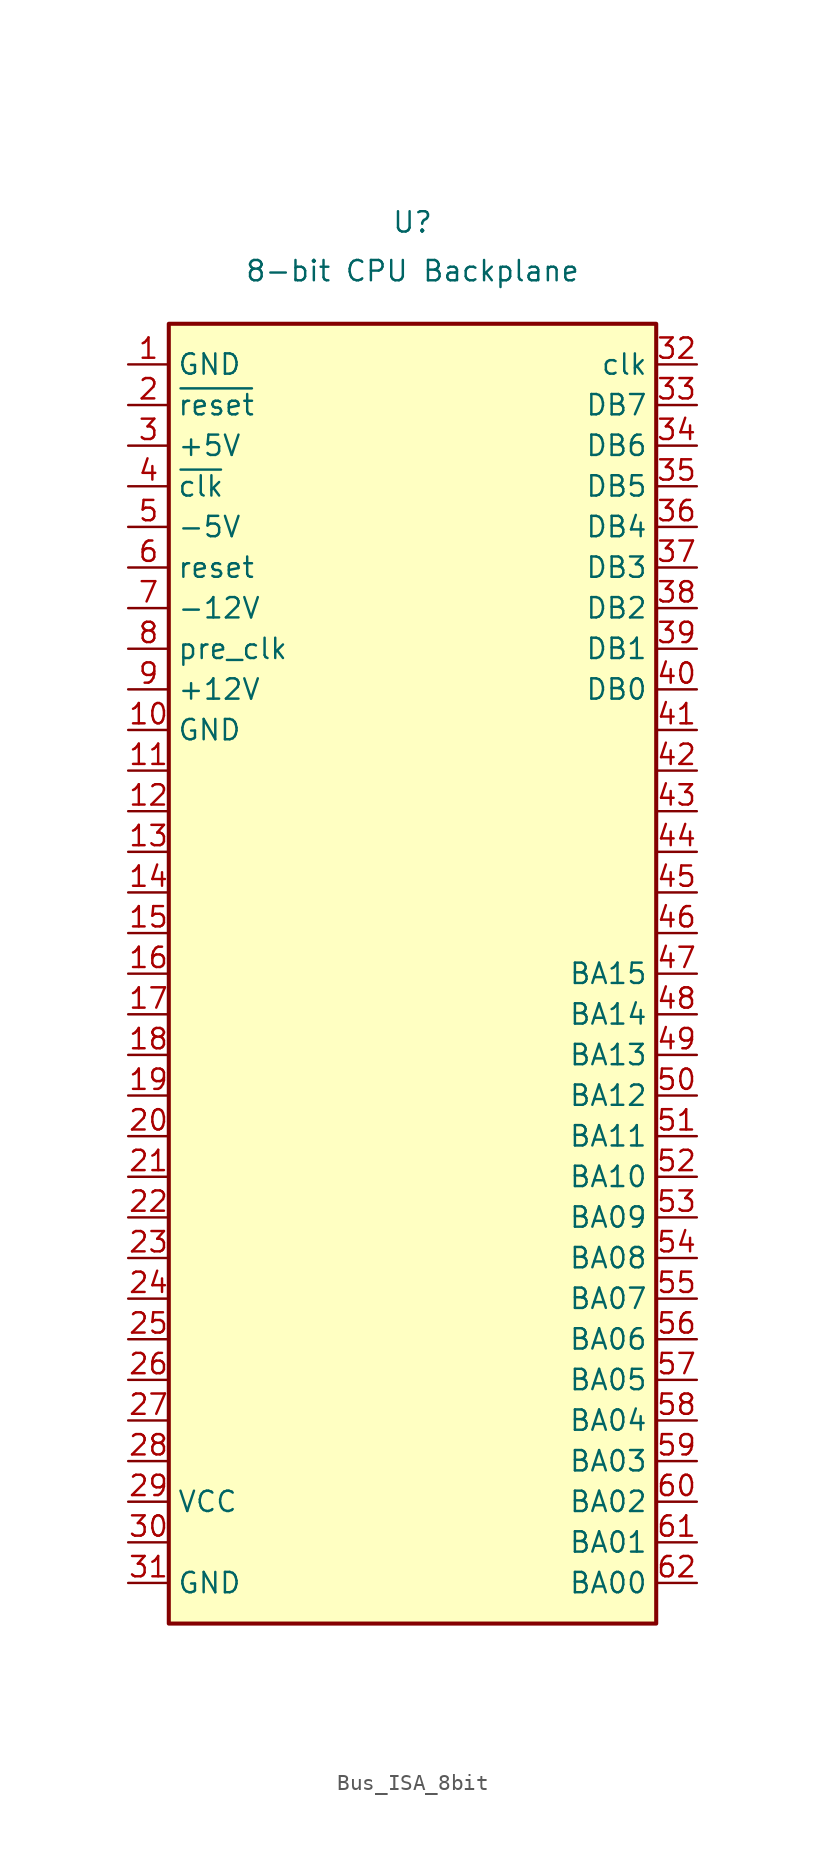
<source format=kicad_sym>
(kicad_symbol_lib
  (version 20241209)
  (generator "kicad_symbol_editor")
  (generator_version "9.0")
  (symbol "Bus_ISA_8bit"
    (property "Reference" "U"
      (at 0 0 0)
      (effects (font (size 1.27 1.27))))
    (property "Value" "8-bit CPU Backplane"
      (at 0 -3.048 0)
      (effects (font (size 1.27 1.27))))
    (symbol "Bus_ISA_8bit_0_1"
      (rectangle (start -15.24 -6.35) (end 15.24 -87.63) (stroke (width 0.254) (type default)) (fill (type background))))
    (symbol "Bus_ISA_8bit_1_1"
      (pin power_in line (at -17.78 -8.89 0) (length 2.54) (name "GND" (effects (font (size 1.27 1.27)))) (number "1" (effects (font (size 1.27 1.27)))))
      (pin passive line (at -17.78 -11.43 0) (length 2.54) (name "~{reset}" (effects (font (size 1.27 1.27)))) (number "2" (effects (font (size 1.27 1.27)))))
      (pin power_in line (at -17.78 -13.97 0) (length 2.54) (name "+5V" (effects (font (size 1.27 1.27)))) (number "3" (effects (font (size 1.27 1.27)))))
      (pin passive line (at -17.78 -16.51 0) (length 2.54) (name "~{clk}" (effects (font (size 1.27 1.27)))) (number "4" (effects (font (size 1.27 1.27)))))
      (pin power_in line (at -17.78 -19.05 0) (length 2.54) (name "-5V" (effects (font (size 1.27 1.27)))) (number "5" (effects (font (size 1.27 1.27)))))
      (pin passive line (at -17.78 -21.59 0) (length 2.54) (name "reset" (effects (font (size 1.27 1.27)))) (number "6" (effects (font (size 1.27 1.27)))))
      (pin power_in line (at -17.78 -24.13 0) (length 2.54) (name "-12V" (effects (font (size 1.27 1.27)))) (number "7" (effects (font (size 1.27 1.27)))))
      (pin passive line (at -17.78 -26.67 0) (length 2.54) (name "pre_clk" (effects (font (size 1.27 1.27)))) (number "8" (effects (font (size 1.27 1.27)))))
      (pin power_in line (at -17.78 -29.21 0) (length 2.54) (name "+12V" (effects (font (size 1.27 1.27)))) (number "9" (effects (font (size 1.27 1.27)))))
      (pin power_in line (at -17.78 -31.75 0) (length 2.54) (name "GND" (effects (font (size 1.27 1.27)))) (number "10" (effects (font (size 1.27 1.27)))))
      (pin passive line (at -17.78 -34.29 0) (length 2.54) (name "" (effects (font (size 1.27 1.27)))) (number "11" (effects (font (size 1.27 1.27)))))
      (pin passive line (at -17.78 -36.83 0) (length 2.54) (name "" (effects (font (size 1.27 1.27)))) (number "12" (effects (font (size 1.27 1.27)))))
      (pin passive line (at -17.78 -39.37 0) (length 2.54) (name "" (effects (font (size 1.27 1.27)))) (number "13" (effects (font (size 1.27 1.27)))))
      (pin passive line (at -17.78 -41.91 0) (length 2.54) (name "" (effects (font (size 1.27 1.27)))) (number "14" (effects (font (size 1.27 1.27)))))
      (pin passive line (at -17.78 -44.45 0) (length 2.54) (name "" (effects (font (size 1.27 1.27)))) (number "15" (effects (font (size 1.27 1.27)))))
      (pin passive line (at -17.78 -46.99 0) (length 2.54) (name "" (effects (font (size 1.27 1.27)))) (number "16" (effects (font (size 1.27 1.27)))))
      (pin passive line (at -17.78 -49.53 0) (length 2.54) (name "" (effects (font (size 1.27 1.27)))) (number "17" (effects (font (size 1.27 1.27)))))
      (pin passive line (at -17.78 -52.07 0) (length 2.54) (name "" (effects (font (size 1.27 1.27)))) (number "18" (effects (font (size 1.27 1.27)))))
      (pin passive line (at -17.78 -54.61 0) (length 2.54) (name "" (effects (font (size 1.27 1.27)))) (number "19" (effects (font (size 1.27 1.27)))))
      (pin passive line (at -17.78 -57.15 0) (length 2.54) (name "" (effects (font (size 1.27 1.27)))) (number "20" (effects (font (size 1.27 1.27)))))
      (pin passive line (at -17.78 -59.69 0) (length 2.54) (name "" (effects (font (size 1.27 1.27)))) (number "21" (effects (font (size 1.27 1.27)))))
      (pin passive line (at -17.78 -62.23 0) (length 2.54) (name "" (effects (font (size 1.27 1.27)))) (number "22" (effects (font (size 1.27 1.27)))))
      (pin passive line (at -17.78 -64.77 0) (length 2.54) (name "" (effects (font (size 1.27 1.27)))) (number "23" (effects (font (size 1.27 1.27)))))
      (pin passive line (at -17.78 -67.31 0) (length 2.54) (name "" (effects (font (size 1.27 1.27)))) (number "24" (effects (font (size 1.27 1.27)))))
      (pin passive line (at -17.78 -69.85 0) (length 2.54) (name "" (effects (font (size 1.27 1.27)))) (number "25" (effects (font (size 1.27 1.27)))))
      (pin passive line (at -17.78 -72.39 0) (length 2.54) (name "" (effects (font (size 1.27 1.27)))) (number "26" (effects (font (size 1.27 1.27)))))
      (pin passive line (at -17.78 -74.93 0) (length 2.54) (name "" (effects (font (size 1.27 1.27)))) (number "27" (effects (font (size 1.27 1.27)))))
      (pin passive line (at -17.78 -77.47 0) (length 2.54) (name "" (effects (font (size 1.27 1.27)))) (number "28" (effects (font (size 1.27 1.27)))))
      (pin power_in line (at -17.78 -80.01 0) (length 2.54) (name "VCC" (effects (font (size 1.27 1.27)))) (number "29" (effects (font (size 1.27 1.27)))))
      (pin passive line (at -17.78 -82.55 0) (length 2.54) (name "" (effects (font (size 1.27 1.27)))) (number "30" (effects (font (size 1.27 1.27)))))
      (pin power_in line (at -17.78 -85.09 0) (length 2.54) (name "GND" (effects (font (size 1.27 1.27)))) (number "31" (effects (font (size 1.27 1.27)))))
      (pin passive line (at 17.78 -8.89 180) (length 2.54) (name "clk" (effects (font (size 1.27 1.27)))) (number "32" (effects (font (size 1.27 1.27)))))
      (pin tri_state line (at 17.78 -11.43 180) (length 2.54) (name "DB7" (effects (font (size 1.27 1.27)))) (number "33" (effects (font (size 1.27 1.27)))))
      (pin tri_state line (at 17.78 -13.97 180) (length 2.54) (name "DB6" (effects (font (size 1.27 1.27)))) (number "34" (effects (font (size 1.27 1.27)))))
      (pin tri_state line (at 17.78 -16.51 180) (length 2.54) (name "DB5" (effects (font (size 1.27 1.27)))) (number "35" (effects (font (size 1.27 1.27)))))
      (pin tri_state line (at 17.78 -19.05 180) (length 2.54) (name "DB4" (effects (font (size 1.27 1.27)))) (number "36" (effects (font (size 1.27 1.27)))))
      (pin tri_state line (at 17.78 -21.59 180) (length 2.54) (name "DB3" (effects (font (size 1.27 1.27)))) (number "37" (effects (font (size 1.27 1.27)))))
      (pin tri_state line (at 17.78 -24.13 180) (length 2.54) (name "DB2" (effects (font (size 1.27 1.27)))) (number "38" (effects (font (size 1.27 1.27)))))
      (pin tri_state line (at 17.78 -26.67 180) (length 2.54) (name "DB1" (effects (font (size 1.27 1.27)))) (number "39" (effects (font (size 1.27 1.27)))))
      (pin tri_state line (at 17.78 -29.21 180) (length 2.54) (name "DB0" (effects (font (size 1.27 1.27)))) (number "40" (effects (font (size 1.27 1.27)))))
      (pin passive line (at 17.78 -31.75 180) (length 2.54) (name "" (effects (font (size 1.27 1.27)))) (number "41" (effects (font (size 1.27 1.27)))))
      (pin passive line (at 17.78 -34.29 180) (length 2.54) (name "" (effects (font (size 1.27 1.27)))) (number "42" (effects (font (size 1.27 1.27)))))
      (pin passive line (at 17.78 -36.83 180) (length 2.54) (name "" (effects (font (size 1.27 1.27)))) (number "43" (effects (font (size 1.27 1.27)))))
      (pin passive line (at 17.78 -39.37 180) (length 2.54) (name "" (effects (font (size 1.27 1.27)))) (number "44" (effects (font (size 1.27 1.27)))))
      (pin passive line (at 17.78 -41.91 180) (length 2.54) (name "" (effects (font (size 1.27 1.27)))) (number "45" (effects (font (size 1.27 1.27)))))
      (pin passive line (at 17.78 -44.45 180) (length 2.54) (name "" (effects (font (size 1.27 1.27)))) (number "46" (effects (font (size 1.27 1.27)))))
      (pin tri_state line (at 17.78 -46.99 180) (length 2.54) (name "BA15" (effects (font (size 1.27 1.27)))) (number "47" (effects (font (size 1.27 1.27)))))
      (pin tri_state line (at 17.78 -49.53 180) (length 2.54) (name "BA14" (effects (font (size 1.27 1.27)))) (number "48" (effects (font (size 1.27 1.27)))))
      (pin tri_state line (at 17.78 -52.07 180) (length 2.54) (name "BA13" (effects (font (size 1.27 1.27)))) (number "49" (effects (font (size 1.27 1.27)))))
      (pin tri_state line (at 17.78 -54.61 180) (length 2.54) (name "BA12" (effects (font (size 1.27 1.27)))) (number "50" (effects (font (size 1.27 1.27)))))
      (pin tri_state line (at 17.78 -57.15 180) (length 2.54) (name "BA11" (effects (font (size 1.27 1.27)))) (number "51" (effects (font (size 1.27 1.27)))))
      (pin tri_state line (at 17.78 -59.69 180) (length 2.54) (name "BA10" (effects (font (size 1.27 1.27)))) (number "52" (effects (font (size 1.27 1.27)))))
      (pin tri_state line (at 17.78 -62.23 180) (length 2.54) (name "BA09" (effects (font (size 1.27 1.27)))) (number "53" (effects (font (size 1.27 1.27)))))
      (pin tri_state line (at 17.78 -64.77 180) (length 2.54) (name "BA08" (effects (font (size 1.27 1.27)))) (number "54" (effects (font (size 1.27 1.27)))))
      (pin tri_state line (at 17.78 -67.31 180) (length 2.54) (name "BA07" (effects (font (size 1.27 1.27)))) (number "55" (effects (font (size 1.27 1.27)))))
      (pin tri_state line (at 17.78 -69.85 180) (length 2.54) (name "BA06" (effects (font (size 1.27 1.27)))) (number "56" (effects (font (size 1.27 1.27)))))
      (pin tri_state line (at 17.78 -72.39 180) (length 2.54) (name "BA05" (effects (font (size 1.27 1.27)))) (number "57" (effects (font (size 1.27 1.27)))))
      (pin tri_state line (at 17.78 -74.93 180) (length 2.54) (name "BA04" (effects (font (size 1.27 1.27)))) (number "58" (effects (font (size 1.27 1.27)))))
      (pin tri_state line (at 17.78 -77.47 180) (length 2.54) (name "BA03" (effects (font (size 1.27 1.27)))) (number "59" (effects (font (size 1.27 1.27)))))
      (pin tri_state line (at 17.78 -80.01 180) (length 2.54) (name "BA02" (effects (font (size 1.27 1.27)))) (number "60" (effects (font (size 1.27 1.27)))))
      (pin tri_state line (at 17.78 -82.55 180) (length 2.54) (name "BA01" (effects (font (size 1.27 1.27)))) (number "61" (effects (font (size 1.27 1.27)))))
      (pin tri_state line (at 17.78 -85.09 180) (length 2.54) (name "BA00" (effects (font (size 1.27 1.27)))) (number "62" (effects (font (size 1.27 1.27))))))))
</source>
